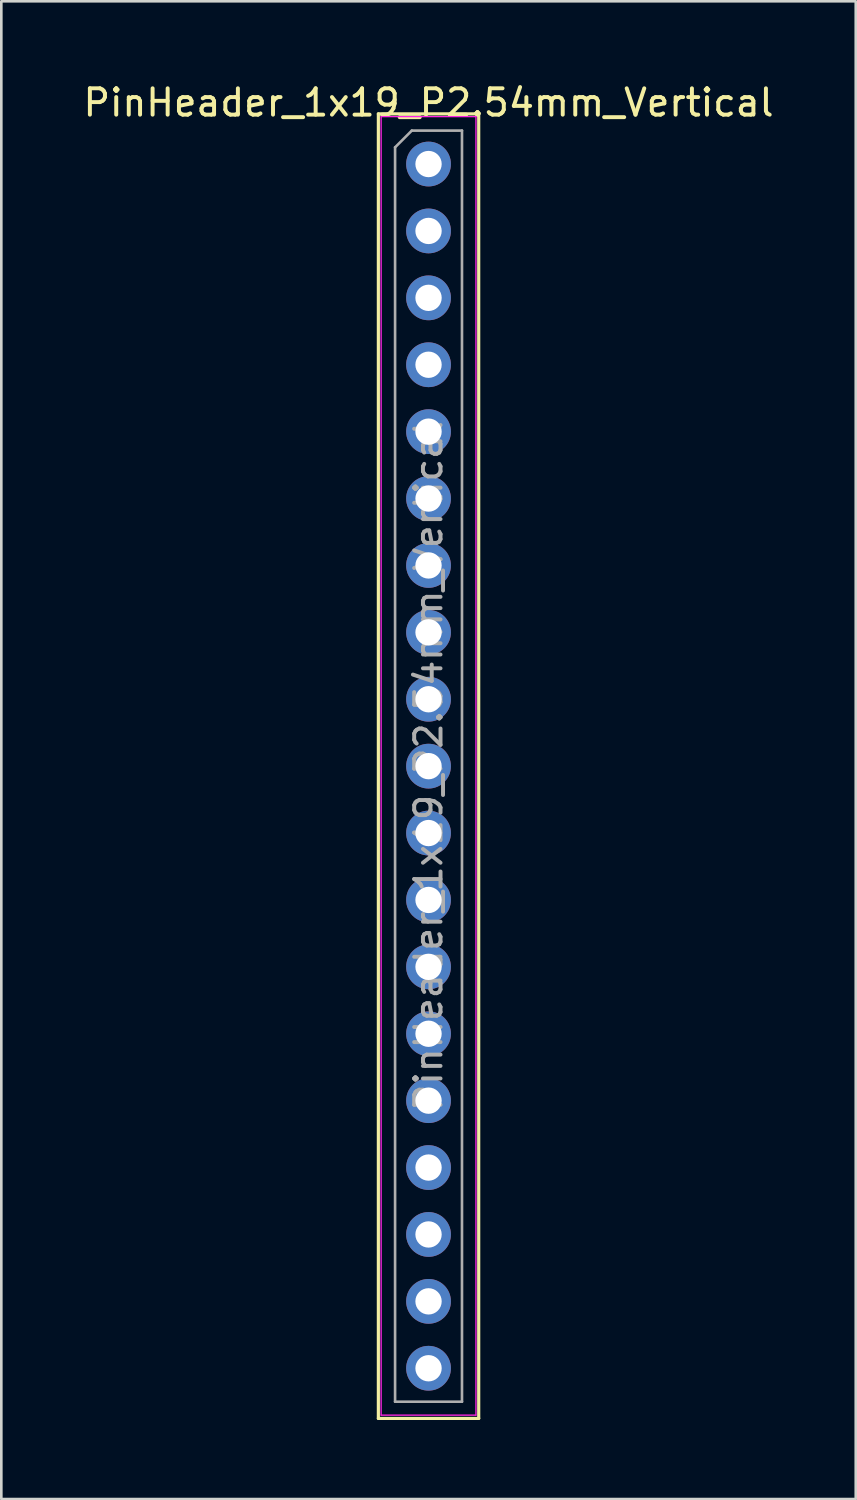
<source format=kicad_pcb>
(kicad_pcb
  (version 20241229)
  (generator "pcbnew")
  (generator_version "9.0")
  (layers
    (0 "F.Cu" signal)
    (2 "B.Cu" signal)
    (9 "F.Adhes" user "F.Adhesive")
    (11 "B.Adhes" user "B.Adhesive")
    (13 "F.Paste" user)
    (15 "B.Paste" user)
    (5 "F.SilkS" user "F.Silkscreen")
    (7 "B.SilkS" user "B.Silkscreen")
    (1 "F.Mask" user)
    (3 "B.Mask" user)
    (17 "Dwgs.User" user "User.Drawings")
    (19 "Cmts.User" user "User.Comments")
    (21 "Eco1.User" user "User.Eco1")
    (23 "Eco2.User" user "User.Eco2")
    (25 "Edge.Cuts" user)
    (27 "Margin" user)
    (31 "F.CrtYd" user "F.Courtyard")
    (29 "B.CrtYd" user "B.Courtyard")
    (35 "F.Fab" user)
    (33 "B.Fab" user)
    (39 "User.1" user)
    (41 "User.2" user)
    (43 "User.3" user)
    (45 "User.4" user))
  (footprint "PinHeader_1x19_P2.54mm_Vertical"
    (layer "F.Cu")
    (at 13.22 3.178)
    (property "Reference" "PinHeader_1x19_P2.54mm_Vertical" (at 0 -2.33 0) (layer "F.SilkS") (effects (font (size 1 1) (thickness 0.15))))
    (attr through_hole)
    (fp_line (start -1.905 -1.905) (end -1.905 47.625) (stroke (width 0.12) (type solid)) (layer "F.SilkS"))
    (fp_line (start -1.905 -1.905) (end 1.905 -1.905) (stroke (width 0.12) (type solid)) (layer "F.SilkS"))
    (fp_line (start -1.905 47.625) (end 1.905 47.625) (stroke (width 0.12) (type solid)) (layer "F.SilkS"))
    (fp_line (start 1.905 -1.905) (end 1.905 47.625) (stroke (width 0.12) (type solid)) (layer "F.SilkS"))
    (fp_line (start -1.8 -1.8) (end -1.8 47.5) (stroke (width 0.05) (type solid)) (layer "F.CrtYd"))
    (fp_line (start -1.8 47.5) (end 1.8 47.5) (stroke (width 0.05) (type solid)) (layer "F.CrtYd"))
    (fp_line (start 1.8 -1.8) (end -1.8 -1.8) (stroke (width 0.05) (type solid)) (layer "F.CrtYd"))
    (fp_line (start 1.8 47.5) (end 1.8 -1.8) (stroke (width 0.05) (type solid)) (layer "F.CrtYd"))
    (fp_line (start -1.27 -0.635) (end -0.635 -1.27) (stroke (width 0.1) (type solid)) (layer "F.Fab"))
    (fp_line (start -1.27 46.99) (end -1.27 -0.635) (stroke (width 0.1) (type solid)) (layer "F.Fab"))
    (fp_line (start -0.635 -1.27) (end 1.27 -1.27) (stroke (width 0.1) (type solid)) (layer "F.Fab"))
    (fp_line (start 1.27 -1.27) (end 1.27 46.99) (stroke (width 0.1) (type solid)) (layer "F.Fab"))
    (fp_line (start 1.27 46.99) (end -1.27 46.99) (stroke (width 0.1) (type solid)) (layer "F.Fab"))
    (fp_text user "${REFERENCE}" (at 0 22.86 90) (layer "F.Fab") (effects (font (size 1 1) (thickness 0.15))))
    (pad "1" thru_hole circle (at 0 0) (size 1.7 1.7) (drill 1) (layers "*.Cu" "*.Mask"))
    (pad "2" thru_hole oval (at 0 2.54) (size 1.7 1.7) (drill 1) (layers "*.Cu" "*.Mask"))
    (pad "3" thru_hole oval (at 0 5.08) (size 1.7 1.7) (drill 1) (layers "*.Cu" "*.Mask"))
    (pad "4" thru_hole oval (at 0 7.62) (size 1.7 1.7) (drill 1) (layers "*.Cu" "*.Mask"))
    (pad "5" thru_hole oval (at 0 10.16) (size 1.7 1.7) (drill 1) (layers "*.Cu" "*.Mask"))
    (pad "6" thru_hole oval (at 0 12.7) (size 1.7 1.7) (drill 1) (layers "*.Cu" "*.Mask"))
    (pad "7" thru_hole oval (at 0 15.24) (size 1.7 1.7) (drill 1) (layers "*.Cu" "*.Mask"))
    (pad "8" thru_hole oval (at 0 17.78) (size 1.7 1.7) (drill 1) (layers "*.Cu" "*.Mask"))
    (pad "9" thru_hole oval (at 0 20.32) (size 1.7 1.7) (drill 1) (layers "*.Cu" "*.Mask"))
    (pad "10" thru_hole oval (at 0 22.86) (size 1.7 1.7) (drill 1) (layers "*.Cu" "*.Mask"))
    (pad "11" thru_hole oval (at 0 25.4) (size 1.7 1.7) (drill 1) (layers "*.Cu" "*.Mask"))
    (pad "12" thru_hole oval (at 0 27.94) (size 1.7 1.7) (drill 1) (layers "*.Cu" "*.Mask"))
    (pad "13" thru_hole oval (at 0 30.48) (size 1.7 1.7) (drill 1) (layers "*.Cu" "*.Mask"))
    (pad "14" thru_hole oval (at 0 33.02) (size 1.7 1.7) (drill 1) (layers "*.Cu" "*.Mask"))
    (pad "15" thru_hole oval (at 0 35.56) (size 1.7 1.7) (drill 1) (layers "*.Cu" "*.Mask"))
    (pad "16" thru_hole oval (at 0 38.1) (size 1.7 1.7) (drill 1) (layers "*.Cu" "*.Mask"))
    (pad "17" thru_hole oval (at 0 40.64) (size 1.7 1.7) (drill 1) (layers "*.Cu" "*.Mask"))
    (pad "18" thru_hole oval (at 0 43.18) (size 1.7 1.7) (drill 1) (layers "*.Cu" "*.Mask"))
    (pad "19" thru_hole oval (at 0 45.72) (size 1.7 1.7) (drill 1) (layers "*.Cu" "*.Mask")))
  (gr_rect
    (start -3 -3)
    (end 29.44 53.863)
    (stroke (width 0.1) (type default))
    (fill no)
    (layer "Edge.Cuts")))
</source>
